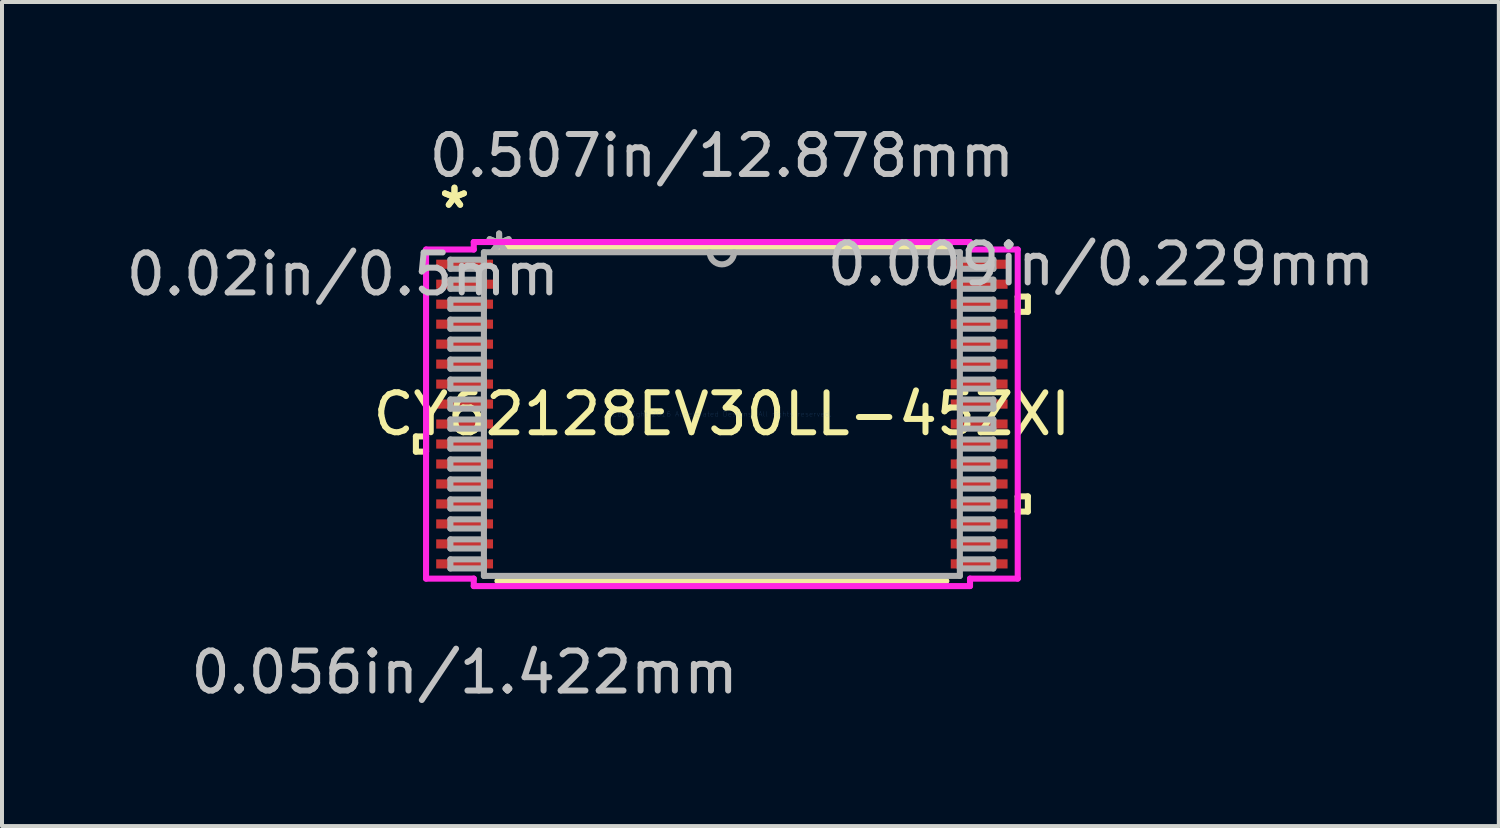
<source format=kicad_pcb>
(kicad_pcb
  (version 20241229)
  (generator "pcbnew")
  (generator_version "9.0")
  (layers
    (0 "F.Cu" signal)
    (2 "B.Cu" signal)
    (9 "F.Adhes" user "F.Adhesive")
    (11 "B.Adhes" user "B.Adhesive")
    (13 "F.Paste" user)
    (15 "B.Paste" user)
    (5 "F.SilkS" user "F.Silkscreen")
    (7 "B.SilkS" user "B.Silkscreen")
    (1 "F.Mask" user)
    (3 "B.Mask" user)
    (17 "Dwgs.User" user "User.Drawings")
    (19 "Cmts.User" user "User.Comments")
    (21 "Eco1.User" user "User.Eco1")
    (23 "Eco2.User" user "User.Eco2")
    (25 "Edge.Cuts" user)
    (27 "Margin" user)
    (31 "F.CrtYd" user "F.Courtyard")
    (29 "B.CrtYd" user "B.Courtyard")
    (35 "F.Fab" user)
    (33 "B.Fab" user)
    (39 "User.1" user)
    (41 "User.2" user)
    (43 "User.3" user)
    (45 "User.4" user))
  (footprint "CY62128EV30LL-45ZXI"
    (layer "F.Cu")
    (at 15.017 7.313)
    (property "Reference" "CY62128EV30LL-45ZXI" (at 0 0 0) (layer "F.SilkS") (effects (font (size 1 1) (thickness 0.15))))
    (attr through_hole)
    (fp_line (start -7.658 0.56) (end -7.658 0.941) (stroke (width 0.152) (type solid)) (layer "F.SilkS"))
    (fp_line (start -7.658 0.941) (end -7.404 0.941) (stroke (width 0.152) (type solid)) (layer "F.SilkS"))
    (fp_line (start -7.404 0.56) (end -7.658 0.56) (stroke (width 0.152) (type solid)) (layer "F.SilkS"))
    (fp_line (start -7.404 0.941) (end -7.404 0.56) (stroke (width 0.152) (type solid)) (layer "F.SilkS"))
    (fp_line (start -5.618 4.178) (end 5.618 4.178) (stroke (width 0.152) (type solid)) (layer "F.SilkS"))
    (fp_line (start 5.618 -4.178) (end -5.618 -4.178) (stroke (width 0.152) (type solid)) (layer "F.SilkS"))
    (fp_line (start 7.404 -2.941) (end 7.658 -2.941) (stroke (width 0.152) (type solid)) (layer "F.SilkS"))
    (fp_line (start 7.404 -2.559) (end 7.404 -2.941) (stroke (width 0.152) (type solid)) (layer "F.SilkS"))
    (fp_line (start 7.404 2.06) (end 7.658 2.06) (stroke (width 0.152) (type solid)) (layer "F.SilkS"))
    (fp_line (start 7.404 2.441) (end 7.404 2.06) (stroke (width 0.152) (type solid)) (layer "F.SilkS"))
    (fp_line (start 7.658 -2.941) (end 7.658 -2.559) (stroke (width 0.152) (type solid)) (layer "F.SilkS"))
    (fp_line (start 7.658 -2.559) (end 7.404 -2.559) (stroke (width 0.152) (type solid)) (layer "F.SilkS"))
    (fp_line (start 7.658 2.06) (end 7.658 2.441) (stroke (width 0.152) (type solid)) (layer "F.SilkS"))
    (fp_line (start 7.658 2.441) (end 7.404 2.441) (stroke (width 0.152) (type solid)) (layer "F.SilkS"))
    (fp_line (start -7.404 -4.118) (end -6.21 -4.118) (stroke (width 0.152) (type solid)) (layer "F.CrtYd"))
    (fp_line (start -7.404 4.118) (end -7.404 -4.118) (stroke (width 0.152) (type solid)) (layer "F.CrtYd"))
    (fp_line (start -6.21 -4.305) (end 6.21 -4.305) (stroke (width 0.152) (type solid)) (layer "F.CrtYd"))
    (fp_line (start -6.21 -4.118) (end -6.21 -4.305) (stroke (width 0.152) (type solid)) (layer "F.CrtYd"))
    (fp_line (start -6.21 4.118) (end -7.404 4.118) (stroke (width 0.152) (type solid)) (layer "F.CrtYd"))
    (fp_line (start -6.21 4.305) (end -6.21 4.118) (stroke (width 0.152) (type solid)) (layer "F.CrtYd"))
    (fp_line (start 6.21 -4.305) (end 6.21 -4.118) (stroke (width 0.152) (type solid)) (layer "F.CrtYd"))
    (fp_line (start 6.21 -4.118) (end 7.404 -4.118) (stroke (width 0.152) (type solid)) (layer "F.CrtYd"))
    (fp_line (start 6.21 4.118) (end 6.21 4.305) (stroke (width 0.152) (type solid)) (layer "F.CrtYd"))
    (fp_line (start 6.21 4.305) (end -6.21 4.305) (stroke (width 0.152) (type solid)) (layer "F.CrtYd"))
    (fp_line (start 7.404 -4.118) (end 7.404 4.118) (stroke (width 0.152) (type solid)) (layer "F.CrtYd"))
    (fp_line (start 7.404 4.118) (end 6.21 4.118) (stroke (width 0.152) (type solid)) (layer "F.CrtYd"))
    (fp_line (start -6.795 -3.864) (end -6.795 -3.636) (stroke (width 0.152) (type solid)) (layer "F.Fab"))
    (fp_line (start -6.795 -3.636) (end -5.956 -3.636) (stroke (width 0.152) (type solid)) (layer "F.Fab"))
    (fp_line (start -6.795 -3.364) (end -6.795 -3.136) (stroke (width 0.152) (type solid)) (layer "F.Fab"))
    (fp_line (start -6.795 -3.136) (end -5.956 -3.136) (stroke (width 0.152) (type solid)) (layer "F.Fab"))
    (fp_line (start -6.795 -2.864) (end -6.795 -2.636) (stroke (width 0.152) (type solid)) (layer "F.Fab"))
    (fp_line (start -6.795 -2.636) (end -5.956 -2.636) (stroke (width 0.152) (type solid)) (layer "F.Fab"))
    (fp_line (start -6.795 -2.364) (end -6.795 -2.136) (stroke (width 0.152) (type solid)) (layer "F.Fab"))
    (fp_line (start -6.795 -2.136) (end -5.956 -2.136) (stroke (width 0.152) (type solid)) (layer "F.Fab"))
    (fp_line (start -6.795 -1.864) (end -6.795 -1.636) (stroke (width 0.152) (type solid)) (layer "F.Fab"))
    (fp_line (start -6.795 -1.636) (end -5.956 -1.636) (stroke (width 0.152) (type solid)) (layer "F.Fab"))
    (fp_line (start -6.795 -1.364) (end -6.795 -1.136) (stroke (width 0.152) (type solid)) (layer "F.Fab"))
    (fp_line (start -6.795 -1.136) (end -5.956 -1.136) (stroke (width 0.152) (type solid)) (layer "F.Fab"))
    (fp_line (start -6.795 -0.864) (end -6.795 -0.636) (stroke (width 0.152) (type solid)) (layer "F.Fab"))
    (fp_line (start -6.795 -0.636) (end -5.956 -0.636) (stroke (width 0.152) (type solid)) (layer "F.Fab"))
    (fp_line (start -6.795 -0.364) (end -6.795 -0.136) (stroke (width 0.152) (type solid)) (layer "F.Fab"))
    (fp_line (start -6.795 -0.136) (end -5.956 -0.136) (stroke (width 0.152) (type solid)) (layer "F.Fab"))
    (fp_line (start -6.795 0.136) (end -6.795 0.364) (stroke (width 0.152) (type solid)) (layer "F.Fab"))
    (fp_line (start -6.795 0.364) (end -5.956 0.364) (stroke (width 0.152) (type solid)) (layer "F.Fab"))
    (fp_line (start -6.795 0.636) (end -6.795 0.864) (stroke (width 0.152) (type solid)) (layer "F.Fab"))
    (fp_line (start -6.795 0.864) (end -5.956 0.864) (stroke (width 0.152) (type solid)) (layer "F.Fab"))
    (fp_line (start -6.795 1.136) (end -6.795 1.364) (stroke (width 0.152) (type solid)) (layer "F.Fab"))
    (fp_line (start -6.795 1.364) (end -5.956 1.364) (stroke (width 0.152) (type solid)) (layer "F.Fab"))
    (fp_line (start -6.795 1.636) (end -6.795 1.864) (stroke (width 0.152) (type solid)) (layer "F.Fab"))
    (fp_line (start -6.795 1.864) (end -5.956 1.864) (stroke (width 0.152) (type solid)) (layer "F.Fab"))
    (fp_line (start -6.795 2.136) (end -6.795 2.364) (stroke (width 0.152) (type solid)) (layer "F.Fab"))
    (fp_line (start -6.795 2.364) (end -5.956 2.364) (stroke (width 0.152) (type solid)) (layer "F.Fab"))
    (fp_line (start -6.795 2.636) (end -6.795 2.864) (stroke (width 0.152) (type solid)) (layer "F.Fab"))
    (fp_line (start -6.795 2.864) (end -5.956 2.864) (stroke (width 0.152) (type solid)) (layer "F.Fab"))
    (fp_line (start -6.795 3.136) (end -6.795 3.364) (stroke (width 0.152) (type solid)) (layer "F.Fab"))
    (fp_line (start -6.795 3.364) (end -5.956 3.364) (stroke (width 0.152) (type solid)) (layer "F.Fab"))
    (fp_line (start -6.795 3.636) (end -6.795 3.864) (stroke (width 0.152) (type solid)) (layer "F.Fab"))
    (fp_line (start -6.795 3.864) (end -5.956 3.864) (stroke (width 0.152) (type solid)) (layer "F.Fab"))
    (fp_line (start -5.956 -4.051) (end -5.956 4.051) (stroke (width 0.152) (type solid)) (layer "F.Fab"))
    (fp_line (start -5.956 -3.864) (end -6.795 -3.864) (stroke (width 0.152) (type solid)) (layer "F.Fab"))
    (fp_line (start -5.956 -3.636) (end -5.956 -3.864) (stroke (width 0.152) (type solid)) (layer "F.Fab"))
    (fp_line (start -5.956 -3.364) (end -6.795 -3.364) (stroke (width 0.152) (type solid)) (layer "F.Fab"))
    (fp_line (start -5.956 -3.136) (end -5.956 -3.364) (stroke (width 0.152) (type solid)) (layer "F.Fab"))
    (fp_line (start -5.956 -2.864) (end -6.795 -2.864) (stroke (width 0.152) (type solid)) (layer "F.Fab"))
    (fp_line (start -5.956 -2.636) (end -5.956 -2.864) (stroke (width 0.152) (type solid)) (layer "F.Fab"))
    (fp_line (start -5.956 -2.364) (end -6.795 -2.364) (stroke (width 0.152) (type solid)) (layer "F.Fab"))
    (fp_line (start -5.956 -2.136) (end -5.956 -2.364) (stroke (width 0.152) (type solid)) (layer "F.Fab"))
    (fp_line (start -5.956 -1.864) (end -6.795 -1.864) (stroke (width 0.152) (type solid)) (layer "F.Fab"))
    (fp_line (start -5.956 -1.636) (end -5.956 -1.864) (stroke (width 0.152) (type solid)) (layer "F.Fab"))
    (fp_line (start -5.956 -1.364) (end -6.795 -1.364) (stroke (width 0.152) (type solid)) (layer "F.Fab"))
    (fp_line (start -5.956 -1.136) (end -5.956 -1.364) (stroke (width 0.152) (type solid)) (layer "F.Fab"))
    (fp_line (start -5.956 -0.864) (end -6.795 -0.864) (stroke (width 0.152) (type solid)) (layer "F.Fab"))
    (fp_line (start -5.956 -0.636) (end -5.956 -0.864) (stroke (width 0.152) (type solid)) (layer "F.Fab"))
    (fp_line (start -5.956 -0.364) (end -6.795 -0.364) (stroke (width 0.152) (type solid)) (layer "F.Fab"))
    (fp_line (start -5.956 -0.136) (end -5.956 -0.364) (stroke (width 0.152) (type solid)) (layer "F.Fab"))
    (fp_line (start -5.956 0.136) (end -6.795 0.136) (stroke (width 0.152) (type solid)) (layer "F.Fab"))
    (fp_line (start -5.956 0.364) (end -5.956 0.136) (stroke (width 0.152) (type solid)) (layer "F.Fab"))
    (fp_line (start -5.956 0.636) (end -6.795 0.636) (stroke (width 0.152) (type solid)) (layer "F.Fab"))
    (fp_line (start -5.956 0.864) (end -5.956 0.636) (stroke (width 0.152) (type solid)) (layer "F.Fab"))
    (fp_line (start -5.956 1.136) (end -6.795 1.136) (stroke (width 0.152) (type solid)) (layer "F.Fab"))
    (fp_line (start -5.956 1.364) (end -5.956 1.136) (stroke (width 0.152) (type solid)) (layer "F.Fab"))
    (fp_line (start -5.956 1.636) (end -6.795 1.636) (stroke (width 0.152) (type solid)) (layer "F.Fab"))
    (fp_line (start -5.956 1.864) (end -5.956 1.636) (stroke (width 0.152) (type solid)) (layer "F.Fab"))
    (fp_line (start -5.956 2.136) (end -6.795 2.136) (stroke (width 0.152) (type solid)) (layer "F.Fab"))
    (fp_line (start -5.956 2.364) (end -5.956 2.136) (stroke (width 0.152) (type solid)) (layer "F.Fab"))
    (fp_line (start -5.956 2.636) (end -6.795 2.636) (stroke (width 0.152) (type solid)) (layer "F.Fab"))
    (fp_line (start -5.956 2.864) (end -5.956 2.636) (stroke (width 0.152) (type solid)) (layer "F.Fab"))
    (fp_line (start -5.956 3.136) (end -6.795 3.136) (stroke (width 0.152) (type solid)) (layer "F.Fab"))
    (fp_line (start -5.956 3.364) (end -5.956 3.136) (stroke (width 0.152) (type solid)) (layer "F.Fab"))
    (fp_line (start -5.956 3.636) (end -6.795 3.636) (stroke (width 0.152) (type solid)) (layer "F.Fab"))
    (fp_line (start -5.956 3.864) (end -5.956 3.636) (stroke (width 0.152) (type solid)) (layer "F.Fab"))
    (fp_line (start -5.956 4.051) (end 5.956 4.051) (stroke (width 0.152) (type solid)) (layer "F.Fab"))
    (fp_line (start 5.956 -4.051) (end -5.956 -4.051) (stroke (width 0.152) (type solid)) (layer "F.Fab"))
    (fp_line (start 5.956 -3.864) (end 5.956 -3.636) (stroke (width 0.152) (type solid)) (layer "F.Fab"))
    (fp_line (start 5.956 -3.636) (end 6.795 -3.636) (stroke (width 0.152) (type solid)) (layer "F.Fab"))
    (fp_line (start 5.956 -3.364) (end 5.956 -3.136) (stroke (width 0.152) (type solid)) (layer "F.Fab"))
    (fp_line (start 5.956 -3.136) (end 6.795 -3.136) (stroke (width 0.152) (type solid)) (layer "F.Fab"))
    (fp_line (start 5.956 -2.864) (end 5.956 -2.636) (stroke (width 0.152) (type solid)) (layer "F.Fab"))
    (fp_line (start 5.956 -2.636) (end 6.795 -2.636) (stroke (width 0.152) (type solid)) (layer "F.Fab"))
    (fp_line (start 5.956 -2.364) (end 5.956 -2.136) (stroke (width 0.152) (type solid)) (layer "F.Fab"))
    (fp_line (start 5.956 -2.136) (end 6.795 -2.136) (stroke (width 0.152) (type solid)) (layer "F.Fab"))
    (fp_line (start 5.956 -1.864) (end 5.956 -1.636) (stroke (width 0.152) (type solid)) (layer "F.Fab"))
    (fp_line (start 5.956 -1.636) (end 6.795 -1.636) (stroke (width 0.152) (type solid)) (layer "F.Fab"))
    (fp_line (start 5.956 -1.364) (end 5.956 -1.136) (stroke (width 0.152) (type solid)) (layer "F.Fab"))
    (fp_line (start 5.956 -1.136) (end 6.795 -1.136) (stroke (width 0.152) (type solid)) (layer "F.Fab"))
    (fp_line (start 5.956 -0.864) (end 5.956 -0.636) (stroke (width 0.152) (type solid)) (layer "F.Fab"))
    (fp_line (start 5.956 -0.636) (end 6.795 -0.636) (stroke (width 0.152) (type solid)) (layer "F.Fab"))
    (fp_line (start 5.956 -0.364) (end 5.956 -0.136) (stroke (width 0.152) (type solid)) (layer "F.Fab"))
    (fp_line (start 5.956 -0.136) (end 6.795 -0.136) (stroke (width 0.152) (type solid)) (layer "F.Fab"))
    (fp_line (start 5.956 0.136) (end 5.956 0.364) (stroke (width 0.152) (type solid)) (layer "F.Fab"))
    (fp_line (start 5.956 0.364) (end 6.795 0.364) (stroke (width 0.152) (type solid)) (layer "F.Fab"))
    (fp_line (start 5.956 0.636) (end 5.956 0.864) (stroke (width 0.152) (type solid)) (layer "F.Fab"))
    (fp_line (start 5.956 0.864) (end 6.795 0.864) (stroke (width 0.152) (type solid)) (layer "F.Fab"))
    (fp_line (start 5.956 1.136) (end 5.956 1.364) (stroke (width 0.152) (type solid)) (layer "F.Fab"))
    (fp_line (start 5.956 1.364) (end 6.795 1.364) (stroke (width 0.152) (type solid)) (layer "F.Fab"))
    (fp_line (start 5.956 1.636) (end 5.956 1.864) (stroke (width 0.152) (type solid)) (layer "F.Fab"))
    (fp_line (start 5.956 1.864) (end 6.795 1.864) (stroke (width 0.152) (type solid)) (layer "F.Fab"))
    (fp_line (start 5.956 2.136) (end 5.956 2.364) (stroke (width 0.152) (type solid)) (layer "F.Fab"))
    (fp_line (start 5.956 2.364) (end 6.795 2.364) (stroke (width 0.152) (type solid)) (layer "F.Fab"))
    (fp_line (start 5.956 2.636) (end 5.956 2.864) (stroke (width 0.152) (type solid)) (layer "F.Fab"))
    (fp_line (start 5.956 2.864) (end 6.795 2.864) (stroke (width 0.152) (type solid)) (layer "F.Fab"))
    (fp_line (start 5.956 3.136) (end 5.956 3.364) (stroke (width 0.152) (type solid)) (layer "F.Fab"))
    (fp_line (start 5.956 3.364) (end 6.795 3.364) (stroke (width 0.152) (type solid)) (layer "F.Fab"))
    (fp_line (start 5.956 3.636) (end 5.956 3.864) (stroke (width 0.152) (type solid)) (layer "F.Fab"))
    (fp_line (start 5.956 3.864) (end 6.795 3.864) (stroke (width 0.152) (type solid)) (layer "F.Fab"))
    (fp_line (start 5.956 4.051) (end 5.956 -4.051) (stroke (width 0.152) (type solid)) (layer "F.Fab"))
    (fp_line (start 6.795 -3.864) (end 5.956 -3.864) (stroke (width 0.152) (type solid)) (layer "F.Fab"))
    (fp_line (start 6.795 -3.636) (end 6.795 -3.864) (stroke (width 0.152) (type solid)) (layer "F.Fab"))
    (fp_line (start 6.795 -3.364) (end 5.956 -3.364) (stroke (width 0.152) (type solid)) (layer "F.Fab"))
    (fp_line (start 6.795 -3.136) (end 6.795 -3.364) (stroke (width 0.152) (type solid)) (layer "F.Fab"))
    (fp_line (start 6.795 -2.864) (end 5.956 -2.864) (stroke (width 0.152) (type solid)) (layer "F.Fab"))
    (fp_line (start 6.795 -2.636) (end 6.795 -2.864) (stroke (width 0.152) (type solid)) (layer "F.Fab"))
    (fp_line (start 6.795 -2.364) (end 5.956 -2.364) (stroke (width 0.152) (type solid)) (layer "F.Fab"))
    (fp_line (start 6.795 -2.136) (end 6.795 -2.364) (stroke (width 0.152) (type solid)) (layer "F.Fab"))
    (fp_line (start 6.795 -1.864) (end 5.956 -1.864) (stroke (width 0.152) (type solid)) (layer "F.Fab"))
    (fp_line (start 6.795 -1.636) (end 6.795 -1.864) (stroke (width 0.152) (type solid)) (layer "F.Fab"))
    (fp_line (start 6.795 -1.364) (end 5.956 -1.364) (stroke (width 0.152) (type solid)) (layer "F.Fab"))
    (fp_line (start 6.795 -1.136) (end 6.795 -1.364) (stroke (width 0.152) (type solid)) (layer "F.Fab"))
    (fp_line (start 6.795 -0.864) (end 5.956 -0.864) (stroke (width 0.152) (type solid)) (layer "F.Fab"))
    (fp_line (start 6.795 -0.636) (end 6.795 -0.864) (stroke (width 0.152) (type solid)) (layer "F.Fab"))
    (fp_line (start 6.795 -0.364) (end 5.956 -0.364) (stroke (width 0.152) (type solid)) (layer "F.Fab"))
    (fp_line (start 6.795 -0.136) (end 6.795 -0.364) (stroke (width 0.152) (type solid)) (layer "F.Fab"))
    (fp_line (start 6.795 0.136) (end 5.956 0.136) (stroke (width 0.152) (type solid)) (layer "F.Fab"))
    (fp_line (start 6.795 0.364) (end 6.795 0.136) (stroke (width 0.152) (type solid)) (layer "F.Fab"))
    (fp_line (start 6.795 0.636) (end 5.956 0.636) (stroke (width 0.152) (type solid)) (layer "F.Fab"))
    (fp_line (start 6.795 0.864) (end 6.795 0.636) (stroke (width 0.152) (type solid)) (layer "F.Fab"))
    (fp_line (start 6.795 1.136) (end 5.956 1.136) (stroke (width 0.152) (type solid)) (layer "F.Fab"))
    (fp_line (start 6.795 1.364) (end 6.795 1.136) (stroke (width 0.152) (type solid)) (layer "F.Fab"))
    (fp_line (start 6.795 1.636) (end 5.956 1.636) (stroke (width 0.152) (type solid)) (layer "F.Fab"))
    (fp_line (start 6.795 1.864) (end 6.795 1.636) (stroke (width 0.152) (type solid)) (layer "F.Fab"))
    (fp_line (start 6.795 2.136) (end 5.956 2.136) (stroke (width 0.152) (type solid)) (layer "F.Fab"))
    (fp_line (start 6.795 2.364) (end 6.795 2.136) (stroke (width 0.152) (type solid)) (layer "F.Fab"))
    (fp_line (start 6.795 2.636) (end 5.956 2.636) (stroke (width 0.152) (type solid)) (layer "F.Fab"))
    (fp_line (start 6.795 2.864) (end 6.795 2.636) (stroke (width 0.152) (type solid)) (layer "F.Fab"))
    (fp_line (start 6.795 3.136) (end 5.956 3.136) (stroke (width 0.152) (type solid)) (layer "F.Fab"))
    (fp_line (start 6.795 3.364) (end 6.795 3.136) (stroke (width 0.152) (type solid)) (layer "F.Fab"))
    (fp_line (start 6.795 3.636) (end 5.956 3.636) (stroke (width 0.152) (type solid)) (layer "F.Fab"))
    (fp_line (start 6.795 3.864) (end 6.795 3.636) (stroke (width 0.152) (type solid)) (layer "F.Fab"))
    (fp_arc (start 0.3048 -4.0513) (mid 0 -3.7465) (end -0.3048 -4.0513) (stroke (width 0.1524) (type solid)) (layer "F.Fab"))
    (fp_text user "*" (at -6.693 -5.122 0) (layer "F.SilkS") (effects (font (size 1 1) (thickness 0.15))))
    (fp_text user "*" (at -6.693 -5.122 0) (layer "F.SilkS") (effects (font (size 1 1) (thickness 0.15))))
    (fp_text user "0.507in/12.878mm" (at 0 -6.464 0) (layer "Dwgs.User") (effects (font (size 1 1) (thickness 0.15))))
    (fp_text user "0.02in/0.5mm" (at -9.487 -3.5 0) (layer "Dwgs.User") (effects (font (size 1 1) (thickness 0.15))))
    (fp_text user "0.009in/0.229mm" (at 9.487 -3.75 0) (layer "Dwgs.User") (effects (font (size 1 1) (thickness 0.15))))
    (fp_text user "0.056in/1.422mm" (at -6.439 6.464 0) (layer "Dwgs.User") (effects (font (size 1 1) (thickness 0.15))))
    (fp_text user "Copyright 2016 Accelerated Designs. All rights reserved." (at 0 0 0) (layer "Cmts.User") (effects (font (size 0.127 0.127) (thickness 0.002))))
    (fp_text user "*" (at -5.575 -3.975 0) (layer "F.Fab") (effects (font (size 1 1) (thickness 0.15))))
    (fp_text user "*" (at -5.575 -3.975 0) (layer "F.Fab") (effects (font (size 1 1) (thickness 0.15))))
    (pad "1" smd rect (at -6.439 -3.75) (size 1.422 0.229) (layers "F.Cu" "F.Mask" "F.Paste"))
    (pad "2" smd rect (at -6.439 -3.25) (size 1.422 0.229) (layers "F.Cu" "F.Mask" "F.Paste"))
    (pad "3" smd rect (at -6.439 -2.75) (size 1.422 0.229) (layers "F.Cu" "F.Mask" "F.Paste"))
    (pad "4" smd rect (at -6.439 -2.25) (size 1.422 0.229) (layers "F.Cu" "F.Mask" "F.Paste"))
    (pad "5" smd rect (at -6.439 -1.75) (size 1.422 0.229) (layers "F.Cu" "F.Mask" "F.Paste"))
    (pad "6" smd rect (at -6.439 -1.25) (size 1.422 0.229) (layers "F.Cu" "F.Mask" "F.Paste"))
    (pad "7" smd rect (at -6.439 -0.75) (size 1.422 0.229) (layers "F.Cu" "F.Mask" "F.Paste"))
    (pad "8" smd rect (at -6.439 -0.25) (size 1.422 0.229) (layers "F.Cu" "F.Mask" "F.Paste"))
    (pad "9" smd rect (at -6.439 0.25) (size 1.422 0.229) (layers "F.Cu" "F.Mask" "F.Paste"))
    (pad "10" smd rect (at -6.439 0.75) (size 1.422 0.229) (layers "F.Cu" "F.Mask" "F.Paste"))
    (pad "11" smd rect (at -6.439 1.25) (size 1.422 0.229) (layers "F.Cu" "F.Mask" "F.Paste"))
    (pad "12" smd rect (at -6.439 1.75) (size 1.422 0.229) (layers "F.Cu" "F.Mask" "F.Paste"))
    (pad "13" smd rect (at -6.439 2.25) (size 1.422 0.229) (layers "F.Cu" "F.Mask" "F.Paste"))
    (pad "14" smd rect (at -6.439 2.75) (size 1.422 0.229) (layers "F.Cu" "F.Mask" "F.Paste"))
    (pad "15" smd rect (at -6.439 3.25) (size 1.422 0.229) (layers "F.Cu" "F.Mask" "F.Paste"))
    (pad "16" smd rect (at -6.439 3.75) (size 1.422 0.229) (layers "F.Cu" "F.Mask" "F.Paste"))
    (pad "17" smd rect (at 6.439 3.75) (size 1.422 0.229) (layers "F.Cu" "F.Mask" "F.Paste"))
    (pad "18" smd rect (at 6.439 3.25) (size 1.422 0.229) (layers "F.Cu" "F.Mask" "F.Paste"))
    (pad "19" smd rect (at 6.439 2.75) (size 1.422 0.229) (layers "F.Cu" "F.Mask" "F.Paste"))
    (pad "20" smd rect (at 6.439 2.25) (size 1.422 0.229) (layers "F.Cu" "F.Mask" "F.Paste"))
    (pad "21" smd rect (at 6.439 1.75) (size 1.422 0.229) (layers "F.Cu" "F.Mask" "F.Paste"))
    (pad "22" smd rect (at 6.439 1.25) (size 1.422 0.229) (layers "F.Cu" "F.Mask" "F.Paste"))
    (pad "23" smd rect (at 6.439 0.75) (size 1.422 0.229) (layers "F.Cu" "F.Mask" "F.Paste"))
    (pad "24" smd rect (at 6.439 0.25) (size 1.422 0.229) (layers "F.Cu" "F.Mask" "F.Paste"))
    (pad "25" smd rect (at 6.439 -0.25) (size 1.422 0.229) (layers "F.Cu" "F.Mask" "F.Paste"))
    (pad "26" smd rect (at 6.439 -0.75) (size 1.422 0.229) (layers "F.Cu" "F.Mask" "F.Paste"))
    (pad "27" smd rect (at 6.439 -1.25) (size 1.422 0.229) (layers "F.Cu" "F.Mask" "F.Paste"))
    (pad "28" smd rect (at 6.439 -1.75) (size 1.422 0.229) (layers "F.Cu" "F.Mask" "F.Paste"))
    (pad "29" smd rect (at 6.439 -2.25) (size 1.422 0.229) (layers "F.Cu" "F.Mask" "F.Paste"))
    (pad "30" smd rect (at 6.439 -2.75) (size 1.422 0.229) (layers "F.Cu" "F.Mask" "F.Paste"))
    (pad "31" smd rect (at 6.439 -3.25) (size 1.422 0.229) (layers "F.Cu" "F.Mask" "F.Paste"))
    (pad "32" smd rect (at 6.439 -3.75) (size 1.422 0.229) (layers "F.Cu" "F.Mask" "F.Paste")))
  (gr_rect
    (start -3 -3)
    (end 34.462 17.625)
    (stroke (width 0.1) (type default))
    (fill no)
    (layer "Edge.Cuts")))
</source>
